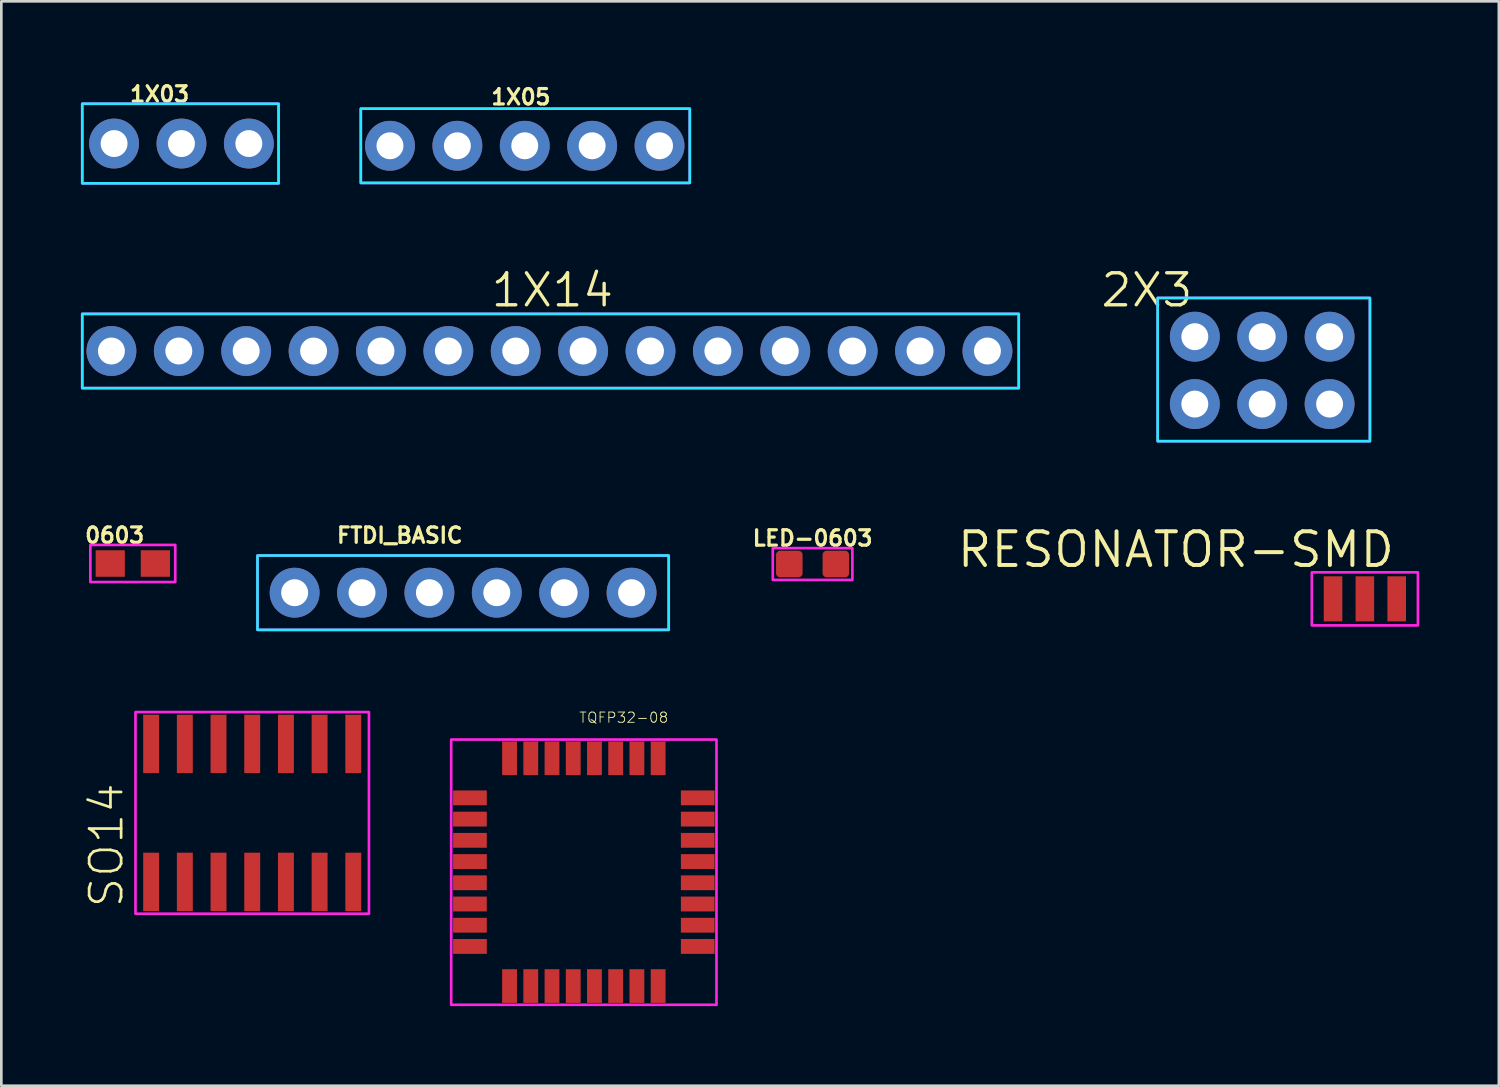
<source format=kicad_pcb>
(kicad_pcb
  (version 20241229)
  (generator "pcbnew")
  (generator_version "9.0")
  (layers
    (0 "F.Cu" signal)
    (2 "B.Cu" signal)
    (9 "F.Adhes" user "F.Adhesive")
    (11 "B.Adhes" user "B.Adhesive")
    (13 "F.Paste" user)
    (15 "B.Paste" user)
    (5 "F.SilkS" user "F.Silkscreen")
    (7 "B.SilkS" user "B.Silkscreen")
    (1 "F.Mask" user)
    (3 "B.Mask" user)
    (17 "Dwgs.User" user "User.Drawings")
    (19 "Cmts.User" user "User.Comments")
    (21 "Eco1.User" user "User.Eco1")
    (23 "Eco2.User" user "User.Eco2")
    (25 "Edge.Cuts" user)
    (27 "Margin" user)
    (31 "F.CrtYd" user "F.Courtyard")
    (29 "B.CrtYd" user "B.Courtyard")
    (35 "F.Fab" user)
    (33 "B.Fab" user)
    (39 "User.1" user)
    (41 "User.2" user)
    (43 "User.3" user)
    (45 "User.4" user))
  (footprint "0603"
    (layer "F.Cu")
    (at 1.956 18.191)
    (property "Reference" "0603" (at 0.5 -1.4 0) (layer "F.SilkS") (effects (font (size 0.579 0.579) (thickness 0.122)) (justify right top)))
    (attr through_hole)
    (fp_poly (pts (xy -1.6 -0.7) (xy 1.6 -0.7) (xy 1.6 0.7) (xy -1.6 0.7)) (stroke (width 0.1) (type solid)) (fill no) (layer "F.CrtYd"))
    (pad "1" smd rect (at -0.85 0) (size 1.1 1) (layers "F.Cu" "F.Mask" "F.Paste"))
    (pad "2" smd rect (at 0.85 0) (size 1.1 1) (layers "F.Cu" "F.Mask" "F.Paste")))
  (footprint "2X3"
    (layer "F.Cu")
    (at 41.987 12.181)
    (property "Reference" "2X3" (at 0 -5 0) (layer "F.SilkS") (effects (font (size 1.206 1.206) (thickness 0.127)) (justify right top)))
    (attr through_hole)
    (fp_poly (pts (xy -1.4 -4) (xy 6.6 -4) (xy 6.6 1.4) (xy -1.4 1.4)) (stroke (width 0.1) (type solid)) (fill no) (layer "B.CrtYd"))
    (fp_poly (pts (xy -1.4 -4) (xy 6.6 -4) (xy 6.6 1.4) (xy -1.4 1.4)) (stroke (width 0.1) (type solid)) (fill no) (layer "F.CrtYd"))
    (pad "1" thru_hole circle (at 0 0) (size 1.88 1.88) (drill 1.016) (layers "*.Cu" "*.Mask"))
    (pad "2" thru_hole circle (at 0 -2.54) (size 1.88 1.88) (drill 1.016) (layers "*.Cu" "*.Mask"))
    (pad "3" thru_hole circle (at 2.54 0) (size 1.88 1.88) (drill 1.016) (layers "*.Cu" "*.Mask"))
    (pad "4" thru_hole circle (at 2.54 -2.54) (size 1.88 1.88) (drill 1.016) (layers "*.Cu" "*.Mask"))
    (pad "5" thru_hole circle (at 5.08 0) (size 1.88 1.88) (drill 1.016) (layers "*.Cu" "*.Mask"))
    (pad "6" thru_hole circle (at 5.08 -2.54) (size 1.88 1.88) (drill 1.016) (layers "*.Cu" "*.Mask")))
  (footprint "FTDI_BASIC"
    (layer "F.Cu")
    (at 8.056 19.291)
    (property "Reference" "FTDI_BASIC" (at 6.4 -2.5 0) (layer "F.SilkS") (effects (font (size 0.579 0.579) (thickness 0.122)) (justify right top)))
    (attr through_hole)
    (fp_poly (pts (xy -1.4 -1.4) (xy 14.1 -1.4) (xy 14.1 1.4) (xy -1.4 1.4)) (stroke (width 0.1) (type solid)) (fill no) (layer "B.CrtYd"))
    (fp_poly (pts (xy -1.4 -1.4) (xy 14.1 -1.4) (xy 14.1 1.4) (xy -1.4 1.4)) (stroke (width 0.1) (type solid)) (fill no) (layer "F.CrtYd"))
    (pad "CTS" thru_hole circle (at 10.16 0 90) (size 1.88 1.88) (drill 1.016) (layers "*.Cu" "*.Mask"))
    (pad "DTR" thru_hole circle (at 0 0 90) (size 1.88 1.88) (drill 1.016) (layers "*.Cu" "*.Mask"))
    (pad "GND" thru_hole circle (at 12.7 0 90) (size 1.88 1.88) (drill 1.016) (layers "*.Cu" "*.Mask"))
    (pad "RXI" thru_hole circle (at 2.54 0 90) (size 1.88 1.88) (drill 1.016) (layers "*.Cu" "*.Mask"))
    (pad "TXO" thru_hole circle (at 5.08 0 90) (size 1.88 1.88) (drill 1.016) (layers "*.Cu" "*.Mask"))
    (pad "VCC" thru_hole circle (at 7.62 0 90) (size 1.88 1.88) (drill 1.016) (layers "*.Cu" "*.Mask")))
  (footprint "1X03"
    (layer "F.Cu")
    (at 1.25 2.361)
    (property "Reference" "1X03" (at 2.9 -2.2 0) (layer "F.SilkS") (effects (font (size 0.579 0.579) (thickness 0.122)) (justify right top)))
    (attr through_hole)
    (fp_poly (pts (xy -1.2 -1.5) (xy -1.2 1.5) (xy 6.2 1.5) (xy 6.2 -1.5)) (stroke (width 0.1) (type solid)) (fill no) (layer "B.CrtYd"))
    (fp_poly (pts (xy -1.2 -1.5) (xy -1.2 1.5) (xy 6.2 1.5) (xy 6.2 -1.5)) (stroke (width 0.1) (type solid)) (fill no) (layer "F.CrtYd"))
    (pad "1" thru_hole circle (at 0 0 90) (size 1.88 1.88) (drill 1.016) (layers "*.Cu" "*.Mask"))
    (pad "2" thru_hole circle (at 2.54 0 90) (size 1.88 1.88) (drill 1.016) (layers "*.Cu" "*.Mask"))
    (pad "3" thru_hole circle (at 5.08 0 90) (size 1.88 1.88) (drill 1.016) (layers "*.Cu" "*.Mask")))
  (footprint "1X14"
    (layer "F.Cu")
    (at 1.15 10.181)
    (property "Reference" "1X14" (at 19 -3 0) (layer "F.SilkS") (effects (font (size 1.206 1.206) (thickness 0.127)) (justify right top)))
    (attr through_hole)
    (fp_poly (pts (xy -1.1 -1.4) (xy 34.2 -1.4) (xy 34.2 1.4) (xy -1.1 1.4)) (stroke (width 0.1) (type solid)) (fill no) (layer "B.CrtYd"))
    (fp_poly (pts (xy -1.1 -1.4) (xy 34.2 -1.4) (xy 34.2 1.4) (xy -1.1 1.4)) (stroke (width 0.1) (type solid)) (fill no) (layer "F.CrtYd"))
    (pad "1" thru_hole circle (at 0 0 90) (size 1.88 1.88) (drill 1.016) (layers "*.Cu" "*.Mask"))
    (pad "2" thru_hole circle (at 2.54 0 90) (size 1.88 1.88) (drill 1.016) (layers "*.Cu" "*.Mask"))
    (pad "3" thru_hole circle (at 5.08 0 90) (size 1.88 1.88) (drill 1.016) (layers "*.Cu" "*.Mask"))
    (pad "4" thru_hole circle (at 7.62 0 90) (size 1.88 1.88) (drill 1.016) (layers "*.Cu" "*.Mask"))
    (pad "5" thru_hole circle (at 10.16 0 90) (size 1.88 1.88) (drill 1.016) (layers "*.Cu" "*.Mask"))
    (pad "6" thru_hole circle (at 12.7 0 90) (size 1.88 1.88) (drill 1.016) (layers "*.Cu" "*.Mask"))
    (pad "7" thru_hole circle (at 15.24 0 90) (size 1.88 1.88) (drill 1.016) (layers "*.Cu" "*.Mask"))
    (pad "8" thru_hole circle (at 17.78 0 90) (size 1.88 1.88) (drill 1.016) (layers "*.Cu" "*.Mask"))
    (pad "9" thru_hole circle (at 20.32 0 90) (size 1.88 1.88) (drill 1.016) (layers "*.Cu" "*.Mask"))
    (pad "10" thru_hole circle (at 22.86 0 90) (size 1.88 1.88) (drill 1.016) (layers "*.Cu" "*.Mask"))
    (pad "11" thru_hole circle (at 25.4 0 90) (size 1.88 1.88) (drill 1.016) (layers "*.Cu" "*.Mask"))
    (pad "12" thru_hole circle (at 27.94 0 90) (size 1.88 1.88) (drill 1.016) (layers "*.Cu" "*.Mask"))
    (pad "13" thru_hole circle (at 30.48 0 90) (size 1.88 1.88) (drill 1.016) (layers "*.Cu" "*.Mask"))
    (pad "14" thru_hole circle (at 33.02 0 90) (size 1.88 1.88) (drill 1.016) (layers "*.Cu" "*.Mask")))
  (footprint "RESONATOR-SMD"
    (layer "F.Cu")
    (at 48.397 19.523)
    (property "Reference" "RESONATOR-SMD" (at 1.2 -2.6 0) (layer "F.SilkS") (effects (font (size 1.27 1.27) (thickness 0.15)) (justify right top)))
    (attr through_hole)
    (fp_poly (pts (xy -2 -1) (xy 2 -1) (xy 2 1) (xy -2 1)) (stroke (width 0.1) (type solid)) (fill no) (layer "F.CrtYd"))
    (pad "1" smd rect (at -1.2 0) (size 0.7 1.7) (layers "F.Cu" "F.Mask" "F.Paste"))
    (pad "2" smd rect (at 0 0) (size 0.7 1.7) (layers "F.Cu" "F.Mask" "F.Paste"))
    (pad "3" smd rect (at 1.2 0) (size 0.7 1.7) (layers "F.Cu" "F.Mask" "F.Paste")))
  (footprint "LED-0603"
    (layer "F.Cu")
    (at 27.579 18.21)
    (property "Reference" "LED-0603" (at 0 -0.635 0) (layer "F.SilkS") (effects (font (size 0.579 0.579) (thickness 0.122)) (justify bottom)))
    (attr through_hole)
    (fp_poly (pts (xy -1.5 -0.6) (xy 1.5 -0.6) (xy 1.5 0.6) (xy -1.5 0.6)) (stroke (width 0.1) (type solid)) (fill no) (layer "F.CrtYd"))
    (pad "A" smd roundrect (at -0.877 0 270) (size 1 1) (layers "F.Cu" "F.Mask" "F.Paste") (roundrect_rratio 0.15))
    (pad "C" smd roundrect (at 0.877 0 270) (size 1 1) (layers "F.Cu" "F.Mask" "F.Paste") (roundrect_rratio 0.15)))
  (footprint "1X05"
    (layer "F.Cu")
    (at 11.65 2.445)
    (property "Reference" "1X05" (at 3.75 -1.5 0) (layer "F.SilkS") (effects (font (size 0.579 0.579) (thickness 0.122)) (justify left bottom)))
    (attr through_hole)
    (fp_poly (pts (xy -1.1 -1.4) (xy 11.3 -1.4) (xy 11.3 1.4) (xy -1.1 1.4)) (stroke (width 0.1) (type solid)) (fill no) (layer "B.CrtYd"))
    (fp_poly (pts (xy -1.1 -1.4) (xy 11.3 -1.4) (xy 11.3 1.4) (xy -1.1 1.4)) (stroke (width 0.1) (type solid)) (fill no) (layer "F.CrtYd"))
    (pad "1" thru_hole circle (at 0 0 90) (size 1.88 1.88) (drill 1.016) (layers "*.Cu" "*.Mask"))
    (pad "2" thru_hole circle (at 2.54 0 90) (size 1.88 1.88) (drill 1.016) (layers "*.Cu" "*.Mask"))
    (pad "3" thru_hole circle (at 5.08 0 90) (size 1.88 1.88) (drill 1.016) (layers "*.Cu" "*.Mask"))
    (pad "4" thru_hole circle (at 7.62 0 90) (size 1.88 1.88) (drill 1.016) (layers "*.Cu" "*.Mask"))
    (pad "5" thru_hole circle (at 10.16 0 90) (size 1.88 1.88) (drill 1.016) (layers "*.Cu" "*.Mask")))
  (footprint "TQFP32-08"
    (layer "F.Cu")
    (at 18.957 29.825)
    (property "Reference" "TQFP32-08" (at -0.2 -5.6 0) (layer "F.SilkS") (effects (font (size 0.386 0.386) (thickness 0.033)) (justify left bottom)))
    (attr through_hole)
    (fp_poly (pts (xy -5 -5) (xy 5 -5) (xy 5 5) (xy -5 5)) (stroke (width 0.1) (type solid)) (fill no) (layer "F.CrtYd"))
    (pad "1" smd rect (at -4.293 -2.8) (size 1.27 0.559) (layers "F.Cu" "F.Mask" "F.Paste"))
    (pad "2" smd rect (at -4.293 -2) (size 1.27 0.559) (layers "F.Cu" "F.Mask" "F.Paste"))
    (pad "3" smd rect (at -4.293 -1.2) (size 1.27 0.559) (layers "F.Cu" "F.Mask" "F.Paste"))
    (pad "4" smd rect (at -4.293 -0.4) (size 1.27 0.559) (layers "F.Cu" "F.Mask" "F.Paste"))
    (pad "5" smd rect (at -4.293 0.4) (size 1.27 0.559) (layers "F.Cu" "F.Mask" "F.Paste"))
    (pad "6" smd rect (at -4.293 1.2) (size 1.27 0.559) (layers "F.Cu" "F.Mask" "F.Paste"))
    (pad "7" smd rect (at -4.293 2) (size 1.27 0.559) (layers "F.Cu" "F.Mask" "F.Paste"))
    (pad "8" smd rect (at -4.293 2.8) (size 1.27 0.559) (layers "F.Cu" "F.Mask" "F.Paste"))
    (pad "9" smd rect (at -2.8 4.293) (size 0.559 1.27) (layers "F.Cu" "F.Mask" "F.Paste"))
    (pad "10" smd rect (at -2 4.293) (size 0.559 1.27) (layers "F.Cu" "F.Mask" "F.Paste"))
    (pad "11" smd rect (at -1.2 4.293) (size 0.559 1.27) (layers "F.Cu" "F.Mask" "F.Paste"))
    (pad "12" smd rect (at -0.4 4.293) (size 0.559 1.27) (layers "F.Cu" "F.Mask" "F.Paste"))
    (pad "13" smd rect (at 0.4 4.293) (size 0.559 1.27) (layers "F.Cu" "F.Mask" "F.Paste"))
    (pad "14" smd rect (at 1.2 4.293) (size 0.559 1.27) (layers "F.Cu" "F.Mask" "F.Paste"))
    (pad "15" smd rect (at 2 4.293) (size 0.559 1.27) (layers "F.Cu" "F.Mask" "F.Paste"))
    (pad "16" smd rect (at 2.8 4.293) (size 0.559 1.27) (layers "F.Cu" "F.Mask" "F.Paste"))
    (pad "17" smd rect (at 4.293 2.8) (size 1.27 0.559) (layers "F.Cu" "F.Mask" "F.Paste"))
    (pad "18" smd rect (at 4.293 2) (size 1.27 0.559) (layers "F.Cu" "F.Mask" "F.Paste"))
    (pad "19" smd rect (at 4.293 1.2) (size 1.27 0.559) (layers "F.Cu" "F.Mask" "F.Paste"))
    (pad "20" smd rect (at 4.293 0.4) (size 1.27 0.559) (layers "F.Cu" "F.Mask" "F.Paste"))
    (pad "21" smd rect (at 4.293 -0.4) (size 1.27 0.559) (layers "F.Cu" "F.Mask" "F.Paste"))
    (pad "22" smd rect (at 4.293 -1.2) (size 1.27 0.559) (layers "F.Cu" "F.Mask" "F.Paste"))
    (pad "23" smd rect (at 4.293 -2) (size 1.27 0.559) (layers "F.Cu" "F.Mask" "F.Paste"))
    (pad "24" smd rect (at 4.293 -2.8) (size 1.27 0.559) (layers "F.Cu" "F.Mask" "F.Paste"))
    (pad "25" smd rect (at 2.8 -4.293) (size 0.559 1.27) (layers "F.Cu" "F.Mask" "F.Paste"))
    (pad "26" smd rect (at 2 -4.293) (size 0.559 1.27) (layers "F.Cu" "F.Mask" "F.Paste"))
    (pad "27" smd rect (at 1.2 -4.293) (size 0.559 1.27) (layers "F.Cu" "F.Mask" "F.Paste"))
    (pad "28" smd rect (at 0.4 -4.293) (size 0.559 1.27) (layers "F.Cu" "F.Mask" "F.Paste"))
    (pad "29" smd rect (at -0.4 -4.293) (size 0.559 1.27) (layers "F.Cu" "F.Mask" "F.Paste"))
    (pad "30" smd rect (at -1.2 -4.293) (size 0.559 1.27) (layers "F.Cu" "F.Mask" "F.Paste"))
    (pad "31" smd rect (at -2 -4.293) (size 0.559 1.27) (layers "F.Cu" "F.Mask" "F.Paste"))
    (pad "32" smd rect (at -2.8 -4.293) (size 0.559 1.27) (layers "F.Cu" "F.Mask" "F.Paste")))
  (footprint "SO14"
    (layer "F.Cu")
    (at 6.457 27.591)
    (property "Reference" "SO14" (at -6.2 -1.2 90) (layer "F.SilkS") (effects (font (size 1.206 1.206) (thickness 0.102)) (justify right top)))
    (attr through_hole)
    (fp_poly (pts (xy -4.4 -3.8) (xy 4.4 -3.8) (xy 4.4 3.8) (xy -4.4 3.8)) (stroke (width 0.1) (type solid)) (fill no) (layer "F.CrtYd"))
    (pad "1" smd rect (at -3.81 2.6) (size 0.6 2.2) (layers "F.Cu" "F.Mask" "F.Paste"))
    (pad "2" smd rect (at -2.54 2.6) (size 0.6 2.2) (layers "F.Cu" "F.Mask" "F.Paste"))
    (pad "3" smd rect (at -1.27 2.6) (size 0.6 2.2) (layers "F.Cu" "F.Mask" "F.Paste"))
    (pad "4" smd rect (at 0 2.6) (size 0.6 2.2) (layers "F.Cu" "F.Mask" "F.Paste"))
    (pad "5" smd rect (at 1.27 2.6) (size 0.6 2.2) (layers "F.Cu" "F.Mask" "F.Paste"))
    (pad "6" smd rect (at 2.54 2.6) (size 0.6 2.2) (layers "F.Cu" "F.Mask" "F.Paste"))
    (pad "7" smd rect (at 3.81 2.6) (size 0.6 2.2) (layers "F.Cu" "F.Mask" "F.Paste"))
    (pad "8" smd rect (at 3.81 -2.6) (size 0.6 2.2) (layers "F.Cu" "F.Mask" "F.Paste"))
    (pad "9" smd rect (at 2.54 -2.6) (size 0.6 2.2) (layers "F.Cu" "F.Mask" "F.Paste"))
    (pad "10" smd rect (at 1.27 -2.6) (size 0.6 2.2) (layers "F.Cu" "F.Mask" "F.Paste"))
    (pad "11" smd rect (at 0 -2.6) (size 0.6 2.2) (layers "F.Cu" "F.Mask" "F.Paste"))
    (pad "12" smd rect (at -1.27 -2.6) (size 0.6 2.2) (layers "F.Cu" "F.Mask" "F.Paste"))
    (pad "13" smd rect (at -2.54 -2.6) (size 0.6 2.2) (layers "F.Cu" "F.Mask" "F.Paste"))
    (pad "14" smd rect (at -3.81 -2.6) (size 0.6 2.2) (layers "F.Cu" "F.Mask" "F.Paste")))
  (gr_rect
    (start -3 -3)
    (end 53.447 37.875)
    (stroke (width 0.1) (type default))
    (fill no)
    (layer "Edge.Cuts")))
</source>
